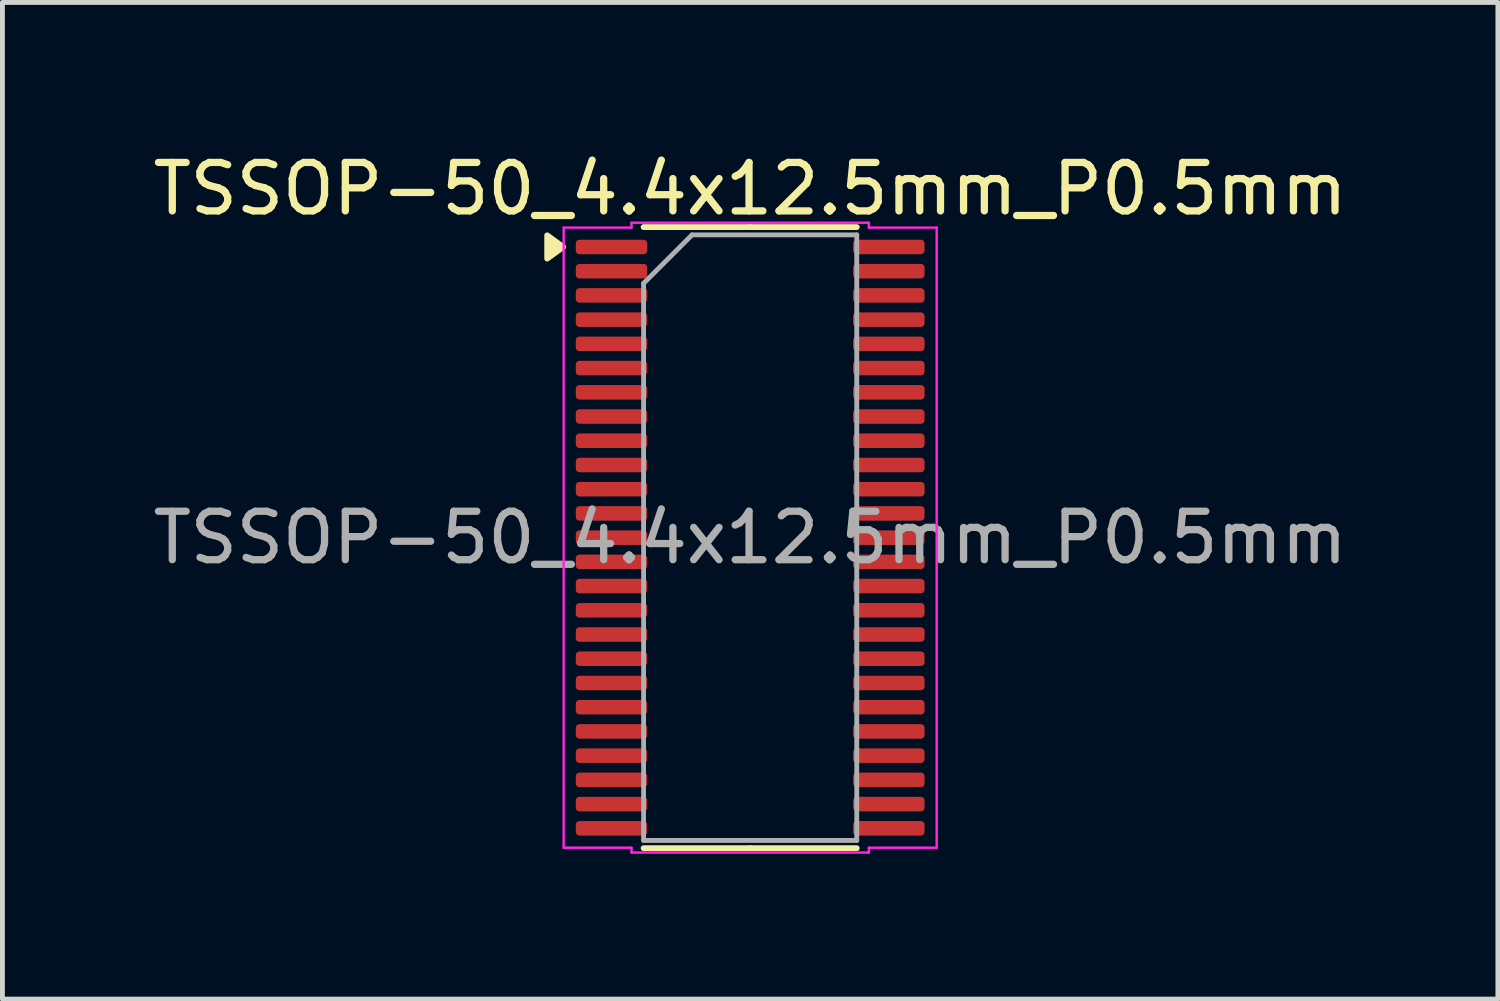
<source format=kicad_pcb>
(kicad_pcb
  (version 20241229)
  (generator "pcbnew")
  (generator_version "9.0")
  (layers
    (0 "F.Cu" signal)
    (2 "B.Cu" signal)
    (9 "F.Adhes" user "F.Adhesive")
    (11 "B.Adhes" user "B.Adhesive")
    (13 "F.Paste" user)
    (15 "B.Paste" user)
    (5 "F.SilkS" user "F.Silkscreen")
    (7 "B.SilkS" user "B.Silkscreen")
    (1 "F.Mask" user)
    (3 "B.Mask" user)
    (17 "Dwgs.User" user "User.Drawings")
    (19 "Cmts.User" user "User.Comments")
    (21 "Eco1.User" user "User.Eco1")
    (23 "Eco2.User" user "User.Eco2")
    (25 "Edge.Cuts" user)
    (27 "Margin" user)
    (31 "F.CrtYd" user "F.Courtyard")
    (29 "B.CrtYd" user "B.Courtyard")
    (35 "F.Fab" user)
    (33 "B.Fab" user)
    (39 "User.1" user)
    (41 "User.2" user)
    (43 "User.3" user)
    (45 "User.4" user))
  (footprint "TSSOP-50_4.4x12.5mm_P0.5mm"
    (layer "F.Cu")
    (at 12.435 8.048)
    (property "Reference" "TSSOP-50_4.4x12.5mm_P0.5mm" (at 0 -7.2 0) (layer "F.SilkS") (effects (font (size 1 1) (thickness 0.15))))
    (attr smd)
    (fp_line (start 0 -6.41) (end -2.2 -6.41) (stroke (width 0.12) (type solid)) (layer "F.SilkS"))
    (fp_line (start 0 -6.41) (end 2.2 -6.41) (stroke (width 0.12) (type solid)) (layer "F.SilkS"))
    (fp_line (start 0 6.41) (end -2.2 6.41) (stroke (width 0.12) (type solid)) (layer "F.SilkS"))
    (fp_line (start 0 6.41) (end 2.2 6.41) (stroke (width 0.12) (type solid)) (layer "F.SilkS"))
    (fp_poly (pts (xy -3.86 -6) (xy -4.19 -5.76) (xy -4.19 -6.24)) (stroke (width 0.12) (type solid)) (fill yes) (layer "F.SilkS"))
    (fp_line (start -3.85 -6.4) (end -2.45 -6.4) (stroke (width 0.05) (type solid)) (layer "F.CrtYd"))
    (fp_line (start -3.85 6.4) (end -3.85 -6.4) (stroke (width 0.05) (type solid)) (layer "F.CrtYd"))
    (fp_line (start -2.45 -6.5) (end 2.45 -6.5) (stroke (width 0.05) (type solid)) (layer "F.CrtYd"))
    (fp_line (start -2.45 -6.4) (end -2.45 -6.5) (stroke (width 0.05) (type solid)) (layer "F.CrtYd"))
    (fp_line (start -2.45 6.4) (end -3.85 6.4) (stroke (width 0.05) (type solid)) (layer "F.CrtYd"))
    (fp_line (start -2.45 6.5) (end -2.45 6.4) (stroke (width 0.05) (type solid)) (layer "F.CrtYd"))
    (fp_line (start 2.45 -6.5) (end 2.45 -6.4) (stroke (width 0.05) (type solid)) (layer "F.CrtYd"))
    (fp_line (start 2.45 -6.4) (end 3.85 -6.4) (stroke (width 0.05) (type solid)) (layer "F.CrtYd"))
    (fp_line (start 2.45 6.4) (end 2.45 6.5) (stroke (width 0.05) (type solid)) (layer "F.CrtYd"))
    (fp_line (start 2.45 6.5) (end -2.45 6.5) (stroke (width 0.05) (type solid)) (layer "F.CrtYd"))
    (fp_line (start 3.85 -6.4) (end 3.85 6.4) (stroke (width 0.05) (type solid)) (layer "F.CrtYd"))
    (fp_line (start 3.85 6.4) (end 2.45 6.4) (stroke (width 0.05) (type solid)) (layer "F.CrtYd"))
    (fp_line (start -2.2 -5.25) (end -1.2 -6.25) (stroke (width 0.1) (type solid)) (layer "F.Fab"))
    (fp_line (start -2.2 6.25) (end -2.2 -5.25) (stroke (width 0.1) (type solid)) (layer "F.Fab"))
    (fp_line (start -1.2 -6.25) (end 2.2 -6.25) (stroke (width 0.1) (type solid)) (layer "F.Fab"))
    (fp_line (start 2.2 -6.25) (end 2.2 6.25) (stroke (width 0.1) (type solid)) (layer "F.Fab"))
    (fp_line (start 2.2 6.25) (end -2.2 6.25) (stroke (width 0.1) (type solid)) (layer "F.Fab"))
    (fp_text user "${REFERENCE}" (at 0 0 0) (layer "F.Fab") (effects (font (size 1 1) (thickness 0.15))))
    (pad "1" smd roundrect (at -2.862 -6) (size 1.475 0.3) (layers "F.Cu" "F.Mask" "F.Paste") (roundrect_rratio 0.25))
    (pad "2" smd roundrect (at -2.862 -5.5) (size 1.475 0.3) (layers "F.Cu" "F.Mask" "F.Paste") (roundrect_rratio 0.25))
    (pad "3" smd roundrect (at -2.862 -5) (size 1.475 0.3) (layers "F.Cu" "F.Mask" "F.Paste") (roundrect_rratio 0.25))
    (pad "4" smd roundrect (at -2.862 -4.5) (size 1.475 0.3) (layers "F.Cu" "F.Mask" "F.Paste") (roundrect_rratio 0.25))
    (pad "5" smd roundrect (at -2.862 -4) (size 1.475 0.3) (layers "F.Cu" "F.Mask" "F.Paste") (roundrect_rratio 0.25))
    (pad "6" smd roundrect (at -2.862 -3.5) (size 1.475 0.3) (layers "F.Cu" "F.Mask" "F.Paste") (roundrect_rratio 0.25))
    (pad "7" smd roundrect (at -2.862 -3) (size 1.475 0.3) (layers "F.Cu" "F.Mask" "F.Paste") (roundrect_rratio 0.25))
    (pad "8" smd roundrect (at -2.862 -2.5) (size 1.475 0.3) (layers "F.Cu" "F.Mask" "F.Paste") (roundrect_rratio 0.25))
    (pad "9" smd roundrect (at -2.862 -2) (size 1.475 0.3) (layers "F.Cu" "F.Mask" "F.Paste") (roundrect_rratio 0.25))
    (pad "10" smd roundrect (at -2.862 -1.5) (size 1.475 0.3) (layers "F.Cu" "F.Mask" "F.Paste") (roundrect_rratio 0.25))
    (pad "11" smd roundrect (at -2.862 -1) (size 1.475 0.3) (layers "F.Cu" "F.Mask" "F.Paste") (roundrect_rratio 0.25))
    (pad "12" smd roundrect (at -2.862 -0.5) (size 1.475 0.3) (layers "F.Cu" "F.Mask" "F.Paste") (roundrect_rratio 0.25))
    (pad "13" smd roundrect (at -2.862 0) (size 1.475 0.3) (layers "F.Cu" "F.Mask" "F.Paste") (roundrect_rratio 0.25))
    (pad "14" smd roundrect (at -2.862 0.5) (size 1.475 0.3) (layers "F.Cu" "F.Mask" "F.Paste") (roundrect_rratio 0.25))
    (pad "15" smd roundrect (at -2.862 1) (size 1.475 0.3) (layers "F.Cu" "F.Mask" "F.Paste") (roundrect_rratio 0.25))
    (pad "16" smd roundrect (at -2.862 1.5) (size 1.475 0.3) (layers "F.Cu" "F.Mask" "F.Paste") (roundrect_rratio 0.25))
    (pad "17" smd roundrect (at -2.862 2) (size 1.475 0.3) (layers "F.Cu" "F.Mask" "F.Paste") (roundrect_rratio 0.25))
    (pad "18" smd roundrect (at -2.862 2.5) (size 1.475 0.3) (layers "F.Cu" "F.Mask" "F.Paste") (roundrect_rratio 0.25))
    (pad "19" smd roundrect (at -2.862 3) (size 1.475 0.3) (layers "F.Cu" "F.Mask" "F.Paste") (roundrect_rratio 0.25))
    (pad "20" smd roundrect (at -2.862 3.5) (size 1.475 0.3) (layers "F.Cu" "F.Mask" "F.Paste") (roundrect_rratio 0.25))
    (pad "21" smd roundrect (at -2.862 4) (size 1.475 0.3) (layers "F.Cu" "F.Mask" "F.Paste") (roundrect_rratio 0.25))
    (pad "22" smd roundrect (at -2.862 4.5) (size 1.475 0.3) (layers "F.Cu" "F.Mask" "F.Paste") (roundrect_rratio 0.25))
    (pad "23" smd roundrect (at -2.862 5) (size 1.475 0.3) (layers "F.Cu" "F.Mask" "F.Paste") (roundrect_rratio 0.25))
    (pad "24" smd roundrect (at -2.862 5.5) (size 1.475 0.3) (layers "F.Cu" "F.Mask" "F.Paste") (roundrect_rratio 0.25))
    (pad "25" smd roundrect (at -2.862 6) (size 1.475 0.3) (layers "F.Cu" "F.Mask" "F.Paste") (roundrect_rratio 0.25))
    (pad "26" smd roundrect (at 2.862 6) (size 1.475 0.3) (layers "F.Cu" "F.Mask" "F.Paste") (roundrect_rratio 0.25))
    (pad "27" smd roundrect (at 2.862 5.5) (size 1.475 0.3) (layers "F.Cu" "F.Mask" "F.Paste") (roundrect_rratio 0.25))
    (pad "28" smd roundrect (at 2.862 5) (size 1.475 0.3) (layers "F.Cu" "F.Mask" "F.Paste") (roundrect_rratio 0.25))
    (pad "29" smd roundrect (at 2.862 4.5) (size 1.475 0.3) (layers "F.Cu" "F.Mask" "F.Paste") (roundrect_rratio 0.25))
    (pad "30" smd roundrect (at 2.862 4) (size 1.475 0.3) (layers "F.Cu" "F.Mask" "F.Paste") (roundrect_rratio 0.25))
    (pad "31" smd roundrect (at 2.862 3.5) (size 1.475 0.3) (layers "F.Cu" "F.Mask" "F.Paste") (roundrect_rratio 0.25))
    (pad "32" smd roundrect (at 2.862 3) (size 1.475 0.3) (layers "F.Cu" "F.Mask" "F.Paste") (roundrect_rratio 0.25))
    (pad "33" smd roundrect (at 2.862 2.5) (size 1.475 0.3) (layers "F.Cu" "F.Mask" "F.Paste") (roundrect_rratio 0.25))
    (pad "34" smd roundrect (at 2.862 2) (size 1.475 0.3) (layers "F.Cu" "F.Mask" "F.Paste") (roundrect_rratio 0.25))
    (pad "35" smd roundrect (at 2.862 1.5) (size 1.475 0.3) (layers "F.Cu" "F.Mask" "F.Paste") (roundrect_rratio 0.25))
    (pad "36" smd roundrect (at 2.862 1) (size 1.475 0.3) (layers "F.Cu" "F.Mask" "F.Paste") (roundrect_rratio 0.25))
    (pad "37" smd roundrect (at 2.862 0.5) (size 1.475 0.3) (layers "F.Cu" "F.Mask" "F.Paste") (roundrect_rratio 0.25))
    (pad "38" smd roundrect (at 2.862 0) (size 1.475 0.3) (layers "F.Cu" "F.Mask" "F.Paste") (roundrect_rratio 0.25))
    (pad "39" smd roundrect (at 2.862 -0.5) (size 1.475 0.3) (layers "F.Cu" "F.Mask" "F.Paste") (roundrect_rratio 0.25))
    (pad "40" smd roundrect (at 2.862 -1) (size 1.475 0.3) (layers "F.Cu" "F.Mask" "F.Paste") (roundrect_rratio 0.25))
    (pad "41" smd roundrect (at 2.862 -1.5) (size 1.475 0.3) (layers "F.Cu" "F.Mask" "F.Paste") (roundrect_rratio 0.25))
    (pad "42" smd roundrect (at 2.862 -2) (size 1.475 0.3) (layers "F.Cu" "F.Mask" "F.Paste") (roundrect_rratio 0.25))
    (pad "43" smd roundrect (at 2.862 -2.5) (size 1.475 0.3) (layers "F.Cu" "F.Mask" "F.Paste") (roundrect_rratio 0.25))
    (pad "44" smd roundrect (at 2.862 -3) (size 1.475 0.3) (layers "F.Cu" "F.Mask" "F.Paste") (roundrect_rratio 0.25))
    (pad "45" smd roundrect (at 2.862 -3.5) (size 1.475 0.3) (layers "F.Cu" "F.Mask" "F.Paste") (roundrect_rratio 0.25))
    (pad "46" smd roundrect (at 2.862 -4) (size 1.475 0.3) (layers "F.Cu" "F.Mask" "F.Paste") (roundrect_rratio 0.25))
    (pad "47" smd roundrect (at 2.862 -4.5) (size 1.475 0.3) (layers "F.Cu" "F.Mask" "F.Paste") (roundrect_rratio 0.25))
    (pad "48" smd roundrect (at 2.862 -5) (size 1.475 0.3) (layers "F.Cu" "F.Mask" "F.Paste") (roundrect_rratio 0.25))
    (pad "49" smd roundrect (at 2.862 -5.5) (size 1.475 0.3) (layers "F.Cu" "F.Mask" "F.Paste") (roundrect_rratio 0.25))
    (pad "50" smd roundrect (at 2.862 -6) (size 1.475 0.3) (layers "F.Cu" "F.Mask" "F.Paste") (roundrect_rratio 0.25)))
  (gr_rect
    (start -3 -3)
    (end 27.869 17.573)
    (stroke (width 0.1) (type default))
    (fill no)
    (layer "Edge.Cuts")))
</source>
